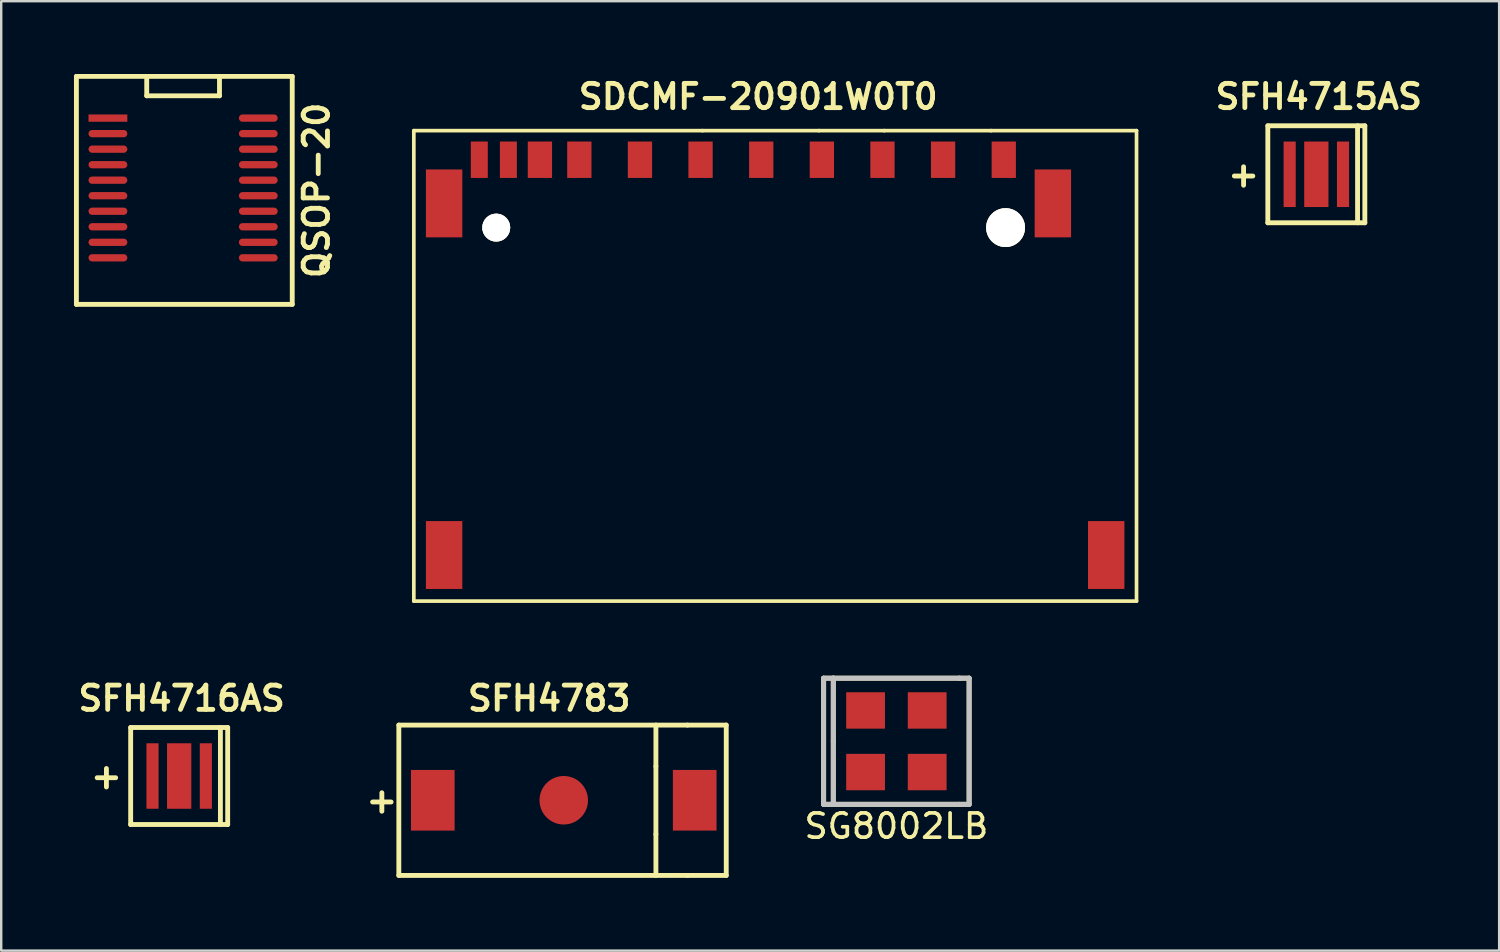
<source format=kicad_pcb>
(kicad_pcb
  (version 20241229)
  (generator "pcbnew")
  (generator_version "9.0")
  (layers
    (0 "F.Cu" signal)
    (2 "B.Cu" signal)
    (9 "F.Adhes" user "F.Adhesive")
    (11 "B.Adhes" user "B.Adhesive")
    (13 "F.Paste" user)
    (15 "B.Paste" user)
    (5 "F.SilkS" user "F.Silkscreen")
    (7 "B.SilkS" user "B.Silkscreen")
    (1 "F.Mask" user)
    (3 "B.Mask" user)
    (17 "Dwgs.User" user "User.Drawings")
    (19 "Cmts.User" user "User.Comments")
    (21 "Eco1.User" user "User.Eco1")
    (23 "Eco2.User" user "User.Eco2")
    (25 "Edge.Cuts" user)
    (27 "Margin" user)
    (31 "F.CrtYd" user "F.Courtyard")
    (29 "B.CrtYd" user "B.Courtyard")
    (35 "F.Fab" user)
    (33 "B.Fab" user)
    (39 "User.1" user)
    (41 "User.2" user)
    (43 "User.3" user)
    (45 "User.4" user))
  (footprint "QSOP-20"
    (layer "F.Cu")
    (at 4.5 4.7)
    (property "Reference" "QSOP-20" (at 5.5 0.1 90) (layer "F.SilkS") (effects (font (size 1 1) (thickness 0.2))))
    (attr through_hole)
    (fp_line (start -4.4 -4.6) (end -4.4 4.8) (stroke (width 0.2) (type solid)) (layer "F.SilkS"))
    (fp_line (start -4.4 -4.6) (end 4.5 -4.6) (stroke (width 0.2) (type solid)) (layer "F.SilkS"))
    (fp_line (start -4.4 4.8) (end 4.5 4.8) (stroke (width 0.2) (type solid)) (layer "F.SilkS"))
    (fp_line (start -1.5 -3.8) (end -1.5 -4.6) (stroke (width 0.2) (type solid)) (layer "F.SilkS"))
    (fp_line (start -1.5 -3.8) (end 1.5 -3.8) (stroke (width 0.2) (type solid)) (layer "F.SilkS"))
    (fp_line (start 1.5 -3.8) (end 1.5 -4.6) (stroke (width 0.2) (type solid)) (layer "F.SilkS"))
    (fp_line (start 4.5 -4.6) (end 4.5 4.8) (stroke (width 0.2) (type solid)) (layer "F.SilkS"))
    (pad "1" smd rect (at -3.1 -2.88) (size 1.6 0.3) (layers "F.Cu" "F.Mask" "F.Paste"))
    (pad "2" smd oval (at -3.1 -2.24) (size 1.6 0.3) (layers "F.Cu" "F.Mask" "F.Paste"))
    (pad "3" smd oval (at -3.1 -1.6) (size 1.6 0.3) (layers "F.Cu" "F.Mask" "F.Paste"))
    (pad "4" smd oval (at -3.1 -0.96) (size 1.6 0.3) (layers "F.Cu" "F.Mask" "F.Paste"))
    (pad "5" smd oval (at -3.1 -0.32) (size 1.6 0.3) (layers "F.Cu" "F.Mask" "F.Paste"))
    (pad "6" smd oval (at -3.1 0.32) (size 1.6 0.3) (layers "F.Cu" "F.Mask" "F.Paste"))
    (pad "7" smd oval (at -3.1 0.96) (size 1.6 0.3) (layers "F.Cu" "F.Mask" "F.Paste"))
    (pad "8" smd oval (at -3.1 1.6) (size 1.6 0.3) (layers "F.Cu" "F.Mask" "F.Paste"))
    (pad "9" smd oval (at -3.1 2.24) (size 1.6 0.3) (layers "F.Cu" "F.Mask" "F.Paste"))
    (pad "10" smd oval (at -3.1 2.88) (size 1.6 0.3) (layers "F.Cu" "F.Mask" "F.Paste"))
    (pad "11" smd oval (at 3.1 2.88) (size 1.6 0.3) (layers "F.Cu" "F.Mask" "F.Paste"))
    (pad "12" smd oval (at 3.1 2.24) (size 1.6 0.3) (layers "F.Cu" "F.Mask" "F.Paste"))
    (pad "13" smd oval (at 3.1 1.6) (size 1.6 0.3) (layers "F.Cu" "F.Mask" "F.Paste"))
    (pad "14" smd oval (at 3.1 0.96) (size 1.6 0.3) (layers "F.Cu" "F.Mask" "F.Paste"))
    (pad "15" smd oval (at 3.1 0.32) (size 1.6 0.3) (layers "F.Cu" "F.Mask" "F.Paste"))
    (pad "16" smd oval (at 3.1 -0.32) (size 1.6 0.3) (layers "F.Cu" "F.Mask" "F.Paste"))
    (pad "17" smd oval (at 3.1 -0.96) (size 1.6 0.3) (layers "F.Cu" "F.Mask" "F.Paste"))
    (pad "18" smd oval (at 3.1 -1.6) (size 1.6 0.3) (layers "F.Cu" "F.Mask" "F.Paste"))
    (pad "19" smd oval (at 3.1 -2.24) (size 1.6 0.3) (layers "F.Cu" "F.Mask" "F.Paste"))
    (pad "20" smd oval (at 3.1 -2.88) (size 1.6 0.3) (layers "F.Cu" "F.Mask" "F.Paste")))
  (footprint "SDCMF-20901W0T0"
    (layer "F.Cu")
    (at 19.212 3.536)
    (property "Reference" "SDCMF-20901W0T0" (at 9 -2.6 0) (layer "F.SilkS") (effects (font (size 1 1) (thickness 0.2))))
    (attr through_hole)
    (fp_line (start -5.199 -1.199) (end 6.701 -1.199) (stroke (width 0.152) (type solid)) (layer "F.SilkS"))
    (fp_line (start -5.199 18.199) (end -5.199 -1.199) (stroke (width 0.152) (type solid)) (layer "F.SilkS"))
    (fp_line (start 6.701 -1.199) (end 11.501 -1.199) (stroke (width 0.152) (type solid)) (layer "F.SilkS"))
    (fp_line (start 11.501 -1.199) (end 14.201 -1.199) (stroke (width 0.152) (type solid)) (layer "F.SilkS"))
    (fp_line (start 14.201 -1.199) (end 18.6 -1.199) (stroke (width 0.152) (type solid)) (layer "F.SilkS"))
    (fp_line (start 18.6 -1.199) (end 24.6 -1.199) (stroke (width 0.152) (type solid)) (layer "F.SilkS"))
    (fp_line (start 24.6 18.199) (end -5.199 18.199) (stroke (width 0.152) (type solid)) (layer "F.SilkS"))
    (fp_line (start 24.6 18.199) (end 24.6 -1.199) (stroke (width 0.152) (type solid)) (layer "F.SilkS"))
    (pad "" smd rect (at -3.95 1.801) (size 1.501 2.799) (layers "F.Cu" "F.Mask" "F.Paste"))
    (pad "" smd rect (at -3.95 16.299) (size 1.501 2.799) (layers "F.Cu" "F.Mask" "F.Paste"))
    (pad "" thru_hole circle (at -1.801 2.799) (size 1.151 1.151) (drill 1.151) (layers "*.Cu" "*.Mask" "F.SilkS"))
    (pad "" thru_hole circle (at 19.2 2.799) (size 1.6 1.6) (drill 1.6) (layers "*.Cu" "*.Mask" "F.SilkS"))
    (pad "" smd rect (at 21.151 1.801) (size 1.501 2.799) (layers "F.Cu" "F.Mask" "F.Paste"))
    (pad "" smd rect (at 23.35 16.299) (size 1.501 2.799) (layers "F.Cu" "F.Mask" "F.Paste"))
    (pad "1" smd rect (at 16.624 0) (size 1.001 1.501) (layers "F.Cu" "F.Mask" "F.Paste"))
    (pad "2" smd rect (at 14.125 0) (size 1.001 1.501) (layers "F.Cu" "F.Mask" "F.Paste"))
    (pad "3" smd rect (at 11.626 0) (size 1.001 1.501) (layers "F.Cu" "F.Mask" "F.Paste"))
    (pad "4" smd rect (at 9.126 0) (size 1.001 1.501) (layers "F.Cu" "F.Mask" "F.Paste"))
    (pad "5" smd rect (at 6.624 0) (size 1.001 1.501) (layers "F.Cu" "F.Mask" "F.Paste"))
    (pad "6" smd rect (at 4.125 0) (size 1.001 1.501) (layers "F.Cu" "F.Mask" "F.Paste"))
    (pad "7" smd rect (at 1.626 0) (size 1.001 1.501) (layers "F.Cu" "F.Mask" "F.Paste"))
    (pad "8" smd rect (at 0 0) (size 1.001 1.501) (layers "F.Cu" "F.Mask" "F.Paste"))
    (pad "9" smd rect (at 19.126 0) (size 1.001 1.501) (layers "F.Cu" "F.Mask" "F.Paste"))
    (pad "10" smd rect (at -1.3 0) (size 0.701 1.501) (layers "F.Cu" "F.Mask" "F.Paste"))
    (pad "11" smd rect (at -2.499 0) (size 0.701 1.501) (layers "F.Cu" "F.Mask" "F.Paste")))
  (footprint "SG8002LB"
    (layer "F.Cu")
    (at 33.91 27.514)
    (property "Reference" "SG8002LB" (at 0 3.5 0) (layer "F.SilkS") (effects (font (size 1 1) (thickness 0.152))))
    (attr through_hole)
    (fp_line (start -3 -2.601) (end -2.601 -2.601) (stroke (width 0.203) (type solid)) (layer "F.SilkS"))
    (fp_line (start -3 2.601) (end -3 -2.601) (stroke (width 0.203) (type solid)) (layer "F.SilkS"))
    (fp_line (start -2.601 -2.601) (end 2.601 -2.601) (stroke (width 0.203) (type solid)) (layer "F.SilkS"))
    (fp_line (start -2.601 0) (end -2.601 -2.601) (stroke (width 0.203) (type solid)) (layer "F.SilkS"))
    (fp_line (start -2.601 2.601) (end -3 2.601) (stroke (width 0.203) (type solid)) (layer "F.SilkS"))
    (fp_line (start -2.601 2.601) (end -2.601 0) (stroke (width 0.203) (type solid)) (layer "F.SilkS"))
    (fp_line (start 2.601 -2.601) (end 3 -2.601) (stroke (width 0.203) (type solid)) (layer "F.SilkS"))
    (fp_line (start 2.601 2.601) (end -2.601 2.601) (stroke (width 0.203) (type solid)) (layer "F.SilkS"))
    (fp_line (start 2.601 2.601) (end 3 2.601) (stroke (width 0.203) (type solid)) (layer "F.SilkS"))
    (fp_line (start 3 -2.601) (end 3 2.601) (stroke (width 0.203) (type solid)) (layer "F.SilkS"))
    (fp_line (start -3 -2.601) (end -3 2.601) (stroke (width 0.203) (type solid)) (layer "Dwgs.User"))
    (fp_line (start -3 2.601) (end -2.601 2.601) (stroke (width 0.203) (type solid)) (layer "Dwgs.User"))
    (fp_line (start -2.601 -2.601) (end -3 -2.601) (stroke (width 0.203) (type solid)) (layer "Dwgs.User"))
    (fp_line (start -2.601 -2.601) (end 2.601 -2.601) (stroke (width 0.203) (type solid)) (layer "Dwgs.User"))
    (fp_line (start -2.601 2.601) (end -2.601 -2.601) (stroke (width 0.203) (type solid)) (layer "Dwgs.User"))
    (fp_line (start 2.601 -2.601) (end 3 -2.601) (stroke (width 0.203) (type solid)) (layer "Dwgs.User"))
    (fp_line (start 2.601 2.601) (end -2.601 2.601) (stroke (width 0.203) (type solid)) (layer "Dwgs.User"))
    (fp_line (start 2.601 2.601) (end 3 2.601) (stroke (width 0.203) (type solid)) (layer "Dwgs.User"))
    (fp_line (start 3 -2.601) (end 3 2.601) (stroke (width 0.203) (type solid)) (layer "Dwgs.User"))
    (pad "1" smd rect (at -1.27 1.27) (size 1.6 1.501) (layers "F.Cu" "F.Mask" "F.Paste"))
    (pad "2" smd rect (at 1.27 1.27) (size 1.6 1.501) (layers "F.Cu" "F.Mask" "F.Paste"))
    (pad "3" smd rect (at 1.27 -1.27) (size 1.6 1.501) (layers "F.Cu" "F.Mask" "F.Paste"))
    (pad "4" smd rect (at -1.27 -1.27) (size 1.6 1.501) (layers "F.Cu" "F.Mask" "F.Paste")))
  (footprint "SFH4715AS"
    (layer "F.Cu")
    (at 51.226 4.136)
    (property "Reference" "SFH4715AS" (at 0.1 -3.2 0) (layer "F.SilkS") (effects (font (size 1 1) (thickness 0.2))))
    (attr through_hole)
    (fp_line (start -2 -2) (end -2 2) (stroke (width 0.2) (type solid)) (layer "F.SilkS"))
    (fp_line (start -2 -2) (end 2 -2) (stroke (width 0.2) (type solid)) (layer "F.SilkS"))
    (fp_line (start -2 2) (end 2 2) (stroke (width 0.2) (type solid)) (layer "F.SilkS"))
    (fp_line (start 1.7 -2) (end 1.7 2) (stroke (width 0.2) (type solid)) (layer "F.SilkS"))
    (fp_line (start 2 -2) (end 2 2) (stroke (width 0.2) (type solid)) (layer "F.SilkS"))
    (fp_text user "+" (at -3 0 0) (layer "F.SilkS") (effects (font (size 1 1) (thickness 0.2))))
    (pad "A" smd rect (at -1.1 0) (size 0.5 2.7) (layers "F.Cu" "F.Mask" "F.Paste"))
    (pad "A" smd rect (at 0 0) (size 1 2.7) (layers "F.Cu" "F.Mask" "F.Paste"))
    (pad "C" smd rect (at 1.1 0) (size 0.5 2.7) (layers "F.Cu" "F.Mask" "F.Paste")))
  (footprint "SFH4716AS"
    (layer "F.Cu")
    (at 4.338 28.947)
    (property "Reference" "SFH4716AS" (at 0.1 -3.2 0) (layer "F.SilkS") (effects (font (size 1 1) (thickness 0.2))))
    (attr through_hole)
    (fp_line (start -2 -2) (end -2 2) (stroke (width 0.2) (type solid)) (layer "F.SilkS"))
    (fp_line (start -2 -2) (end 2 -2) (stroke (width 0.2) (type solid)) (layer "F.SilkS"))
    (fp_line (start -2 2) (end 2 2) (stroke (width 0.2) (type solid)) (layer "F.SilkS"))
    (fp_line (start 1.7 -2) (end 1.7 2) (stroke (width 0.2) (type solid)) (layer "F.SilkS"))
    (fp_line (start 2 -2) (end 2 2) (stroke (width 0.2) (type solid)) (layer "F.SilkS"))
    (fp_text user "+" (at -3 0 0) (layer "F.SilkS") (effects (font (size 1 1) (thickness 0.2))))
    (pad "A" smd rect (at -1.1 0) (size 0.5 2.7) (layers "F.Cu" "F.Mask" "F.Paste"))
    (pad "A" smd rect (at 0 0) (size 1 2.7) (layers "F.Cu" "F.Mask" "F.Paste"))
    (pad "C" smd rect (at 1.1 0) (size 0.5 2.7) (layers "F.Cu" "F.Mask" "F.Paste")))
  (footprint "SFH4783"
    (layer "F.Cu")
    (at 14.795 29.947)
    (property "Reference" "SFH4783" (at 4.8 -4.2 0) (layer "F.SilkS") (effects (font (size 1 1) (thickness 0.2))))
    (attr through_hole)
    (fp_line (start -1.4 -3.1) (end -1.4 3.1) (stroke (width 0.2) (type solid)) (layer "F.SilkS"))
    (fp_line (start -1.4 -3.1) (end 10.5 -3.1) (stroke (width 0.2) (type solid)) (layer "F.SilkS"))
    (fp_line (start -1.4 3.1) (end 10.5 3.1) (stroke (width 0.2) (type solid)) (layer "F.SilkS"))
    (fp_line (start 9.2 -3.1) (end 9.2 -1.4) (stroke (width 0.2) (type solid)) (layer "F.SilkS"))
    (fp_line (start 9.2 -1.4) (end 9.2 1.4) (stroke (width 0.2) (type solid)) (layer "F.SilkS"))
    (fp_line (start 9.2 3.1) (end 9.2 1.4) (stroke (width 0.2) (type solid)) (layer "F.SilkS"))
    (fp_line (start 10.5 -3.1) (end 12.1 -3.1) (stroke (width 0.2) (type solid)) (layer "F.SilkS"))
    (fp_line (start 12.1 -3.1) (end 12.1 3.1) (stroke (width 0.2) (type solid)) (layer "F.SilkS"))
    (fp_line (start 12.1 3.1) (end 10.5 3.1) (stroke (width 0.2) (type solid)) (layer "F.SilkS"))
    (fp_text user "+" (at -2.1 0 0) (layer "F.SilkS") (effects (font (size 1 1) (thickness 0.2))))
    (pad "A" smd rect (at 0 0) (size 1.8 2.5) (layers "F.Cu" "F.Mask" "F.Paste"))
    (pad "C" smd rect (at 10.8 0) (size 1.8 2.5) (layers "F.Cu" "F.Mask" "F.Paste"))
    (pad "PAD" smd circle (at 5.4 0) (size 2 2) (layers "F.Cu" "F.Mask" "F.Paste")))
  (gr_rect
    (start -3 -3)
    (end 58.764 36.147)
    (stroke (width 0.1) (type default))
    (fill no)
    (layer "Edge.Cuts")))
</source>
